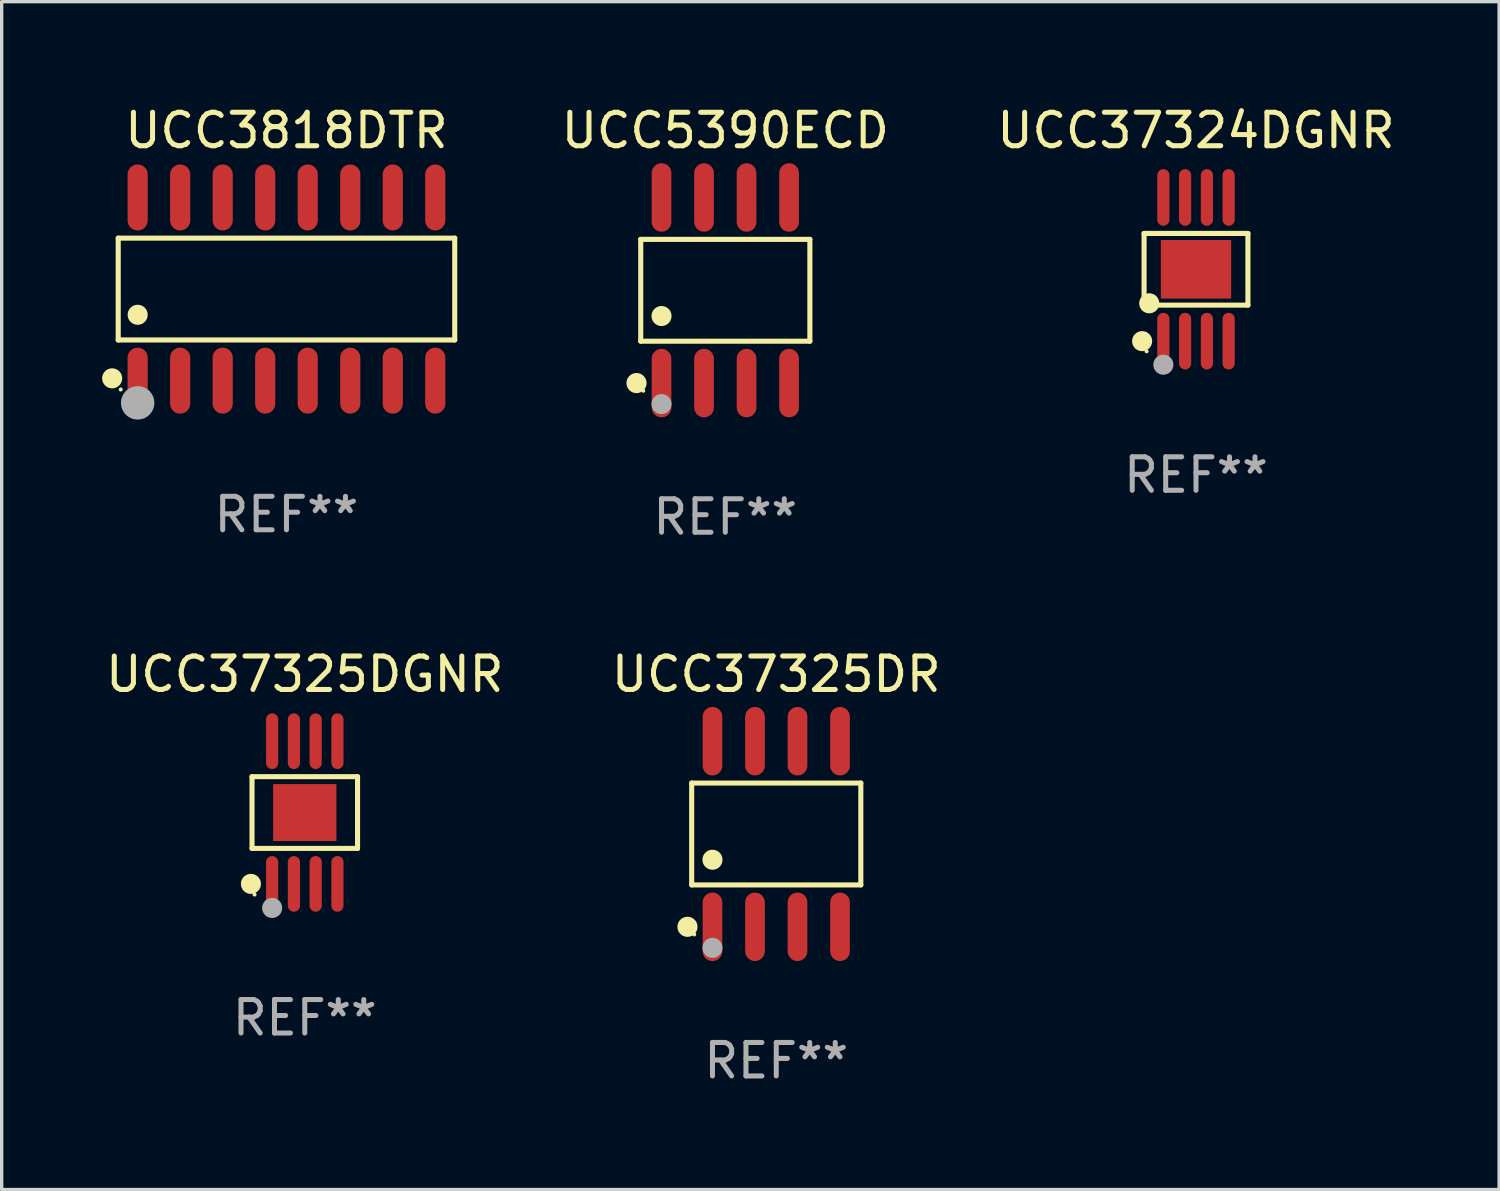
<source format=kicad_pcb>
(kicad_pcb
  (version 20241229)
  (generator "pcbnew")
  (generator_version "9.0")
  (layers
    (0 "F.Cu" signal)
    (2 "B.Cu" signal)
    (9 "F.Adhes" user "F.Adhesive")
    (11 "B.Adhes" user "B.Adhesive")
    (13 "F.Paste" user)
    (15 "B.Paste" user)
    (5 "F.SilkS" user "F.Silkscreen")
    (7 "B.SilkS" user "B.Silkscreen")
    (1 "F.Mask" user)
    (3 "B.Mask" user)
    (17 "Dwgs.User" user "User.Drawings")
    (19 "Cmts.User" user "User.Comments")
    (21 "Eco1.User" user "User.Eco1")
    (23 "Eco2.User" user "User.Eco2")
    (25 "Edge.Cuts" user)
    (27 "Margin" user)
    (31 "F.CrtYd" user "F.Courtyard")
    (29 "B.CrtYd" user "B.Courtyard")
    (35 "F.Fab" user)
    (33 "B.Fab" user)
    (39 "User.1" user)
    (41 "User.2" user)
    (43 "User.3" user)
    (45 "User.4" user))
  (footprint "UCC37325DR"
    (layer "F.Cu")
    (at 20.137 21.862)
    (property "Reference" "UCC37325DR" (at 0 -4.772 0) (layer "F.SilkS") (effects (font (size 1 1) (thickness 0.15))))
    (attr through_hole)
    (fp_line (start -2.526 -1.521) (end 2.526 -1.521) (stroke (width 0.152) (type solid)) (layer "F.SilkS"))
    (fp_line (start -2.526 1.521) (end -2.526 -1.521) (stroke (width 0.152) (type solid)) (layer "F.SilkS"))
    (fp_line (start 2.526 -1.521) (end 2.526 1.521) (stroke (width 0.152) (type solid)) (layer "F.SilkS"))
    (fp_line (start 2.526 1.521) (end -2.526 1.521) (stroke (width 0.152) (type solid)) (layer "F.SilkS"))
    (fp_circle (center -2.652 2.772) (end -2.501 2.772) (stroke (width 0.3) (type solid)) (fill no) (layer "F.SilkS"))
    (fp_circle (center -2.45 3) (end -2.42 3) (stroke (width 0.06) (type solid)) (fill no) (layer "F.SilkS"))
    (fp_circle (center -1.905 0.769) (end -1.755 0.769) (stroke (width 0.3) (type solid)) (fill no) (layer "F.SilkS"))
    (fp_circle (center -1.905 3.4) (end -1.755 3.4) (stroke (width 0.3) (type solid)) (fill no) (layer "F.Fab"))
    (fp_text user "REF**" (at 0 6.772 0) (layer "F.Fab") (effects (font (size 1 1) (thickness 0.15))))
    (pad "1" smd oval (at -1.905 2.772) (size 0.588 2.045) (layers "F.Cu" "F.Mask" "F.Paste"))
    (pad "2" smd oval (at -0.635 2.772) (size 0.588 2.045) (layers "F.Cu" "F.Mask" "F.Paste"))
    (pad "3" smd oval (at 0.635 2.772) (size 0.588 2.045) (layers "F.Cu" "F.Mask" "F.Paste"))
    (pad "4" smd oval (at 1.905 2.772) (size 0.588 2.045) (layers "F.Cu" "F.Mask" "F.Paste"))
    (pad "5" smd oval (at 1.905 -2.772) (size 0.588 2.045) (layers "F.Cu" "F.Mask" "F.Paste"))
    (pad "6" smd oval (at 0.635 -2.772) (size 0.588 2.045) (layers "F.Cu" "F.Mask" "F.Paste"))
    (pad "7" smd oval (at -0.635 -2.772) (size 0.588 2.045) (layers "F.Cu" "F.Mask" "F.Paste"))
    (pad "8" smd oval (at -1.905 -2.772) (size 0.588 2.045) (layers "F.Cu" "F.Mask" "F.Paste")))
  (footprint "UCC3818DTR"
    (layer "F.Cu")
    (at 5.507 5.584)
    (property "Reference" "UCC3818DTR" (at 0 -4.736 0) (layer "F.SilkS") (effects (font (size 1 1) (thickness 0.15))))
    (attr through_hole)
    (fp_line (start -5.026 -1.521) (end 5.026 -1.521) (stroke (width 0.152) (type solid)) (layer "F.SilkS"))
    (fp_line (start -5.026 1.521) (end -5.026 -1.521) (stroke (width 0.152) (type solid)) (layer "F.SilkS"))
    (fp_line (start 5.026 -1.521) (end 5.026 1.521) (stroke (width 0.152) (type solid)) (layer "F.SilkS"))
    (fp_line (start 5.026 1.521) (end -5.026 1.521) (stroke (width 0.152) (type solid)) (layer "F.SilkS"))
    (fp_circle (center -5.207 2.667) (end -5.057 2.667) (stroke (width 0.3) (type solid)) (fill no) (layer "F.SilkS"))
    (fp_circle (center -4.95 3) (end -4.92 3) (stroke (width 0.06) (type solid)) (fill no) (layer "F.SilkS"))
    (fp_circle (center -4.445 0.769) (end -4.295 0.769) (stroke (width 0.3) (type solid)) (fill no) (layer "F.SilkS"))
    (fp_circle (center -4.445 3.4) (end -4.195 3.4) (stroke (width 0.5) (type solid)) (fill no) (layer "F.Fab"))
    (fp_text user "REF**" (at 0 6.736 0) (layer "F.Fab") (effects (font (size 1 1) (thickness 0.15))))
    (pad "1" smd oval (at -4.445 2.736) (size 0.602 1.971) (layers "F.Cu" "F.Mask" "F.Paste"))
    (pad "2" smd oval (at -3.175 2.736) (size 0.602 1.971) (layers "F.Cu" "F.Mask" "F.Paste"))
    (pad "3" smd oval (at -1.905 2.736) (size 0.602 1.971) (layers "F.Cu" "F.Mask" "F.Paste"))
    (pad "4" smd oval (at -0.635 2.736) (size 0.602 1.971) (layers "F.Cu" "F.Mask" "F.Paste"))
    (pad "5" smd oval (at 0.635 2.736) (size 0.602 1.971) (layers "F.Cu" "F.Mask" "F.Paste"))
    (pad "6" smd oval (at 1.905 2.736) (size 0.602 1.971) (layers "F.Cu" "F.Mask" "F.Paste"))
    (pad "7" smd oval (at 3.175 2.736) (size 0.602 1.971) (layers "F.Cu" "F.Mask" "F.Paste"))
    (pad "8" smd oval (at 4.445 2.736) (size 0.602 1.971) (layers "F.Cu" "F.Mask" "F.Paste"))
    (pad "9" smd oval (at 4.445 -2.736) (size 0.602 1.971) (layers "F.Cu" "F.Mask" "F.Paste"))
    (pad "10" smd oval (at 3.175 -2.736) (size 0.602 1.971) (layers "F.Cu" "F.Mask" "F.Paste"))
    (pad "11" smd oval (at 1.905 -2.736) (size 0.602 1.971) (layers "F.Cu" "F.Mask" "F.Paste"))
    (pad "12" smd oval (at 0.635 -2.736) (size 0.602 1.971) (layers "F.Cu" "F.Mask" "F.Paste"))
    (pad "13" smd oval (at -0.635 -2.736) (size 0.602 1.971) (layers "F.Cu" "F.Mask" "F.Paste"))
    (pad "14" smd oval (at -1.905 -2.736) (size 0.602 1.971) (layers "F.Cu" "F.Mask" "F.Paste"))
    (pad "15" smd oval (at -3.175 -2.736) (size 0.602 1.971) (layers "F.Cu" "F.Mask" "F.Paste"))
    (pad "16" smd oval (at -4.445 -2.736) (size 0.602 1.971) (layers "F.Cu" "F.Mask" "F.Paste")))
  (footprint "UCC5390ECD"
    (layer "F.Cu")
    (at 18.615 5.621)
    (property "Reference" "UCC5390ECD" (at 0 -4.772 0) (layer "F.SilkS") (effects (font (size 1 1) (thickness 0.15))))
    (attr through_hole)
    (fp_line (start -2.526 -1.521) (end 2.526 -1.521) (stroke (width 0.152) (type solid)) (layer "F.SilkS"))
    (fp_line (start -2.526 1.521) (end -2.526 -1.521) (stroke (width 0.152) (type solid)) (layer "F.SilkS"))
    (fp_line (start 2.526 -1.521) (end 2.526 1.521) (stroke (width 0.152) (type solid)) (layer "F.SilkS"))
    (fp_line (start 2.526 1.521) (end -2.526 1.521) (stroke (width 0.152) (type solid)) (layer "F.SilkS"))
    (fp_circle (center -2.652 2.772) (end -2.501 2.772) (stroke (width 0.3) (type solid)) (fill no) (layer "F.SilkS"))
    (fp_circle (center -2.45 3) (end -2.42 3) (stroke (width 0.06) (type solid)) (fill no) (layer "F.SilkS"))
    (fp_circle (center -1.905 0.769) (end -1.755 0.769) (stroke (width 0.3) (type solid)) (fill no) (layer "F.SilkS"))
    (fp_circle (center -1.905 3.4) (end -1.755 3.4) (stroke (width 0.3) (type solid)) (fill no) (layer "F.Fab"))
    (fp_text user "REF**" (at 0 6.772 0) (layer "F.Fab") (effects (font (size 1 1) (thickness 0.15))))
    (pad "1" smd oval (at -1.905 2.772) (size 0.588 2.045) (layers "F.Cu" "F.Mask" "F.Paste"))
    (pad "2" smd oval (at -0.635 2.772) (size 0.588 2.045) (layers "F.Cu" "F.Mask" "F.Paste"))
    (pad "3" smd oval (at 0.635 2.772) (size 0.588 2.045) (layers "F.Cu" "F.Mask" "F.Paste"))
    (pad "4" smd oval (at 1.905 2.772) (size 0.588 2.045) (layers "F.Cu" "F.Mask" "F.Paste"))
    (pad "5" smd oval (at 1.905 -2.772) (size 0.588 2.045) (layers "F.Cu" "F.Mask" "F.Paste"))
    (pad "6" smd oval (at 0.635 -2.772) (size 0.588 2.045) (layers "F.Cu" "F.Mask" "F.Paste"))
    (pad "7" smd oval (at -0.635 -2.772) (size 0.588 2.045) (layers "F.Cu" "F.Mask" "F.Paste"))
    (pad "8" smd oval (at -1.905 -2.772) (size 0.588 2.045) (layers "F.Cu" "F.Mask" "F.Paste")))
  (footprint "UCC37325DGNR"
    (layer "F.Cu")
    (at 6.054 21.221)
    (property "Reference" "UCC37325DGNR" (at 0 -4.131 0) (layer "F.SilkS") (effects (font (size 1 1) (thickness 0.15))))
    (attr through_hole)
    (fp_line (start -1.576 -1.071) (end 1.576 -1.071) (stroke (width 0.152) (type solid)) (layer "F.SilkS"))
    (fp_line (start -1.576 1.071) (end -1.576 -1.071) (stroke (width 0.152) (type solid)) (layer "F.SilkS"))
    (fp_line (start 1.576 -1.071) (end 1.576 1.071) (stroke (width 0.152) (type solid)) (layer "F.SilkS"))
    (fp_line (start 1.576 1.071) (end -1.576 1.071) (stroke (width 0.152) (type solid)) (layer "F.SilkS"))
    (fp_circle (center -1.609 2.131) (end -1.459 2.131) (stroke (width 0.3) (type solid)) (fill no) (layer "F.SilkS"))
    (fp_circle (center -1.5 2.45) (end -1.47 2.45) (stroke (width 0.06) (type solid)) (fill no) (layer "F.SilkS"))
    (fp_circle (center -0.975 2.85) (end -0.825 2.85) (stroke (width 0.3) (type solid)) (fill no) (layer "F.Fab"))
    (fp_text user "REF**" (at 0 6.131 0) (layer "F.Fab") (effects (font (size 1 1) (thickness 0.15))))
    (pad "1" smd oval (at -0.975 2.131) (size 0.364 1.662) (layers "F.Cu" "F.Mask" "F.Paste"))
    (pad "2" smd oval (at -0.325 2.131) (size 0.364 1.662) (layers "F.Cu" "F.Mask" "F.Paste"))
    (pad "3" smd oval (at 0.325 2.131) (size 0.364 1.662) (layers "F.Cu" "F.Mask" "F.Paste"))
    (pad "4" smd oval (at 0.975 2.131) (size 0.364 1.662) (layers "F.Cu" "F.Mask" "F.Paste"))
    (pad "5" smd oval (at 0.975 -2.131) (size 0.364 1.662) (layers "F.Cu" "F.Mask" "F.Paste"))
    (pad "6" smd oval (at 0.325 -2.131) (size 0.364 1.662) (layers "F.Cu" "F.Mask" "F.Paste"))
    (pad "7" smd oval (at -0.325 -2.131) (size 0.364 1.662) (layers "F.Cu" "F.Mask" "F.Paste"))
    (pad "8" smd oval (at -0.975 -2.131) (size 0.364 1.662) (layers "F.Cu" "F.Mask" "F.Paste"))
    (pad "9" smd rect (at 0 0) (size 1.89 1.7) (layers "F.Cu" "F.Mask" "F.Paste")))
  (footprint "UCC37324DGNR"
    (layer "F.Cu")
    (at 32.675 4.994)
    (property "Reference" "UCC37324DGNR" (at 0 -4.146 0) (layer "F.SilkS") (effects (font (size 1 1) (thickness 0.15))))
    (attr through_hole)
    (fp_line (start -1.551 -1.071) (end 1.551 -1.071) (stroke (width 0.152) (type solid)) (layer "F.SilkS"))
    (fp_line (start -1.551 1.071) (end -1.551 -1.071) (stroke (width 0.152) (type solid)) (layer "F.SilkS"))
    (fp_line (start 1.551 -1.071) (end 1.551 1.071) (stroke (width 0.152) (type solid)) (layer "F.SilkS"))
    (fp_line (start 1.551 1.071) (end -1.551 1.071) (stroke (width 0.152) (type solid)) (layer "F.SilkS"))
    (fp_circle (center -1.609 2.146) (end -1.459 2.146) (stroke (width 0.3) (type solid)) (fill no) (layer "F.SilkS"))
    (fp_circle (center -1.475 2.45) (end -1.445 2.45) (stroke (width 0.06) (type solid)) (fill no) (layer "F.SilkS"))
    (fp_circle (center -1.397 1.016) (end -1.247 1.016) (stroke (width 0.3) (type solid)) (fill no) (layer "F.SilkS"))
    (fp_circle (center -0.975 2.85) (end -0.825 2.85) (stroke (width 0.3) (type solid)) (fill no) (layer "F.Fab"))
    (fp_text user "REF**" (at 0 6.146 0) (layer "F.Fab") (effects (font (size 1 1) (thickness 0.15))))
    (pad "1" smd oval (at -0.975 2.146) (size 0.364 1.692) (layers "F.Cu" "F.Mask" "F.Paste"))
    (pad "2" smd oval (at -0.325 2.146) (size 0.364 1.692) (layers "F.Cu" "F.Mask" "F.Paste"))
    (pad "3" smd oval (at 0.325 2.146) (size 0.364 1.692) (layers "F.Cu" "F.Mask" "F.Paste"))
    (pad "4" smd oval (at 0.975 2.146) (size 0.364 1.692) (layers "F.Cu" "F.Mask" "F.Paste"))
    (pad "5" smd oval (at 0.975 -2.146) (size 0.364 1.692) (layers "F.Cu" "F.Mask" "F.Paste"))
    (pad "6" smd oval (at 0.325 -2.146) (size 0.364 1.692) (layers "F.Cu" "F.Mask" "F.Paste"))
    (pad "7" smd oval (at -0.325 -2.146) (size 0.364 1.692) (layers "F.Cu" "F.Mask" "F.Paste"))
    (pad "8" smd oval (at -0.975 -2.146) (size 0.364 1.692) (layers "F.Cu" "F.Mask" "F.Paste"))
    (pad "9" smd rect (at 0 0) (size 2.1 1.75) (layers "F.Cu" "F.Mask" "F.Paste")))
  (gr_rect
    (start -3 -3)
    (end 41.729 32.483)
    (stroke (width 0.1) (type default))
    (fill no)
    (layer "Edge.Cuts")))
</source>
